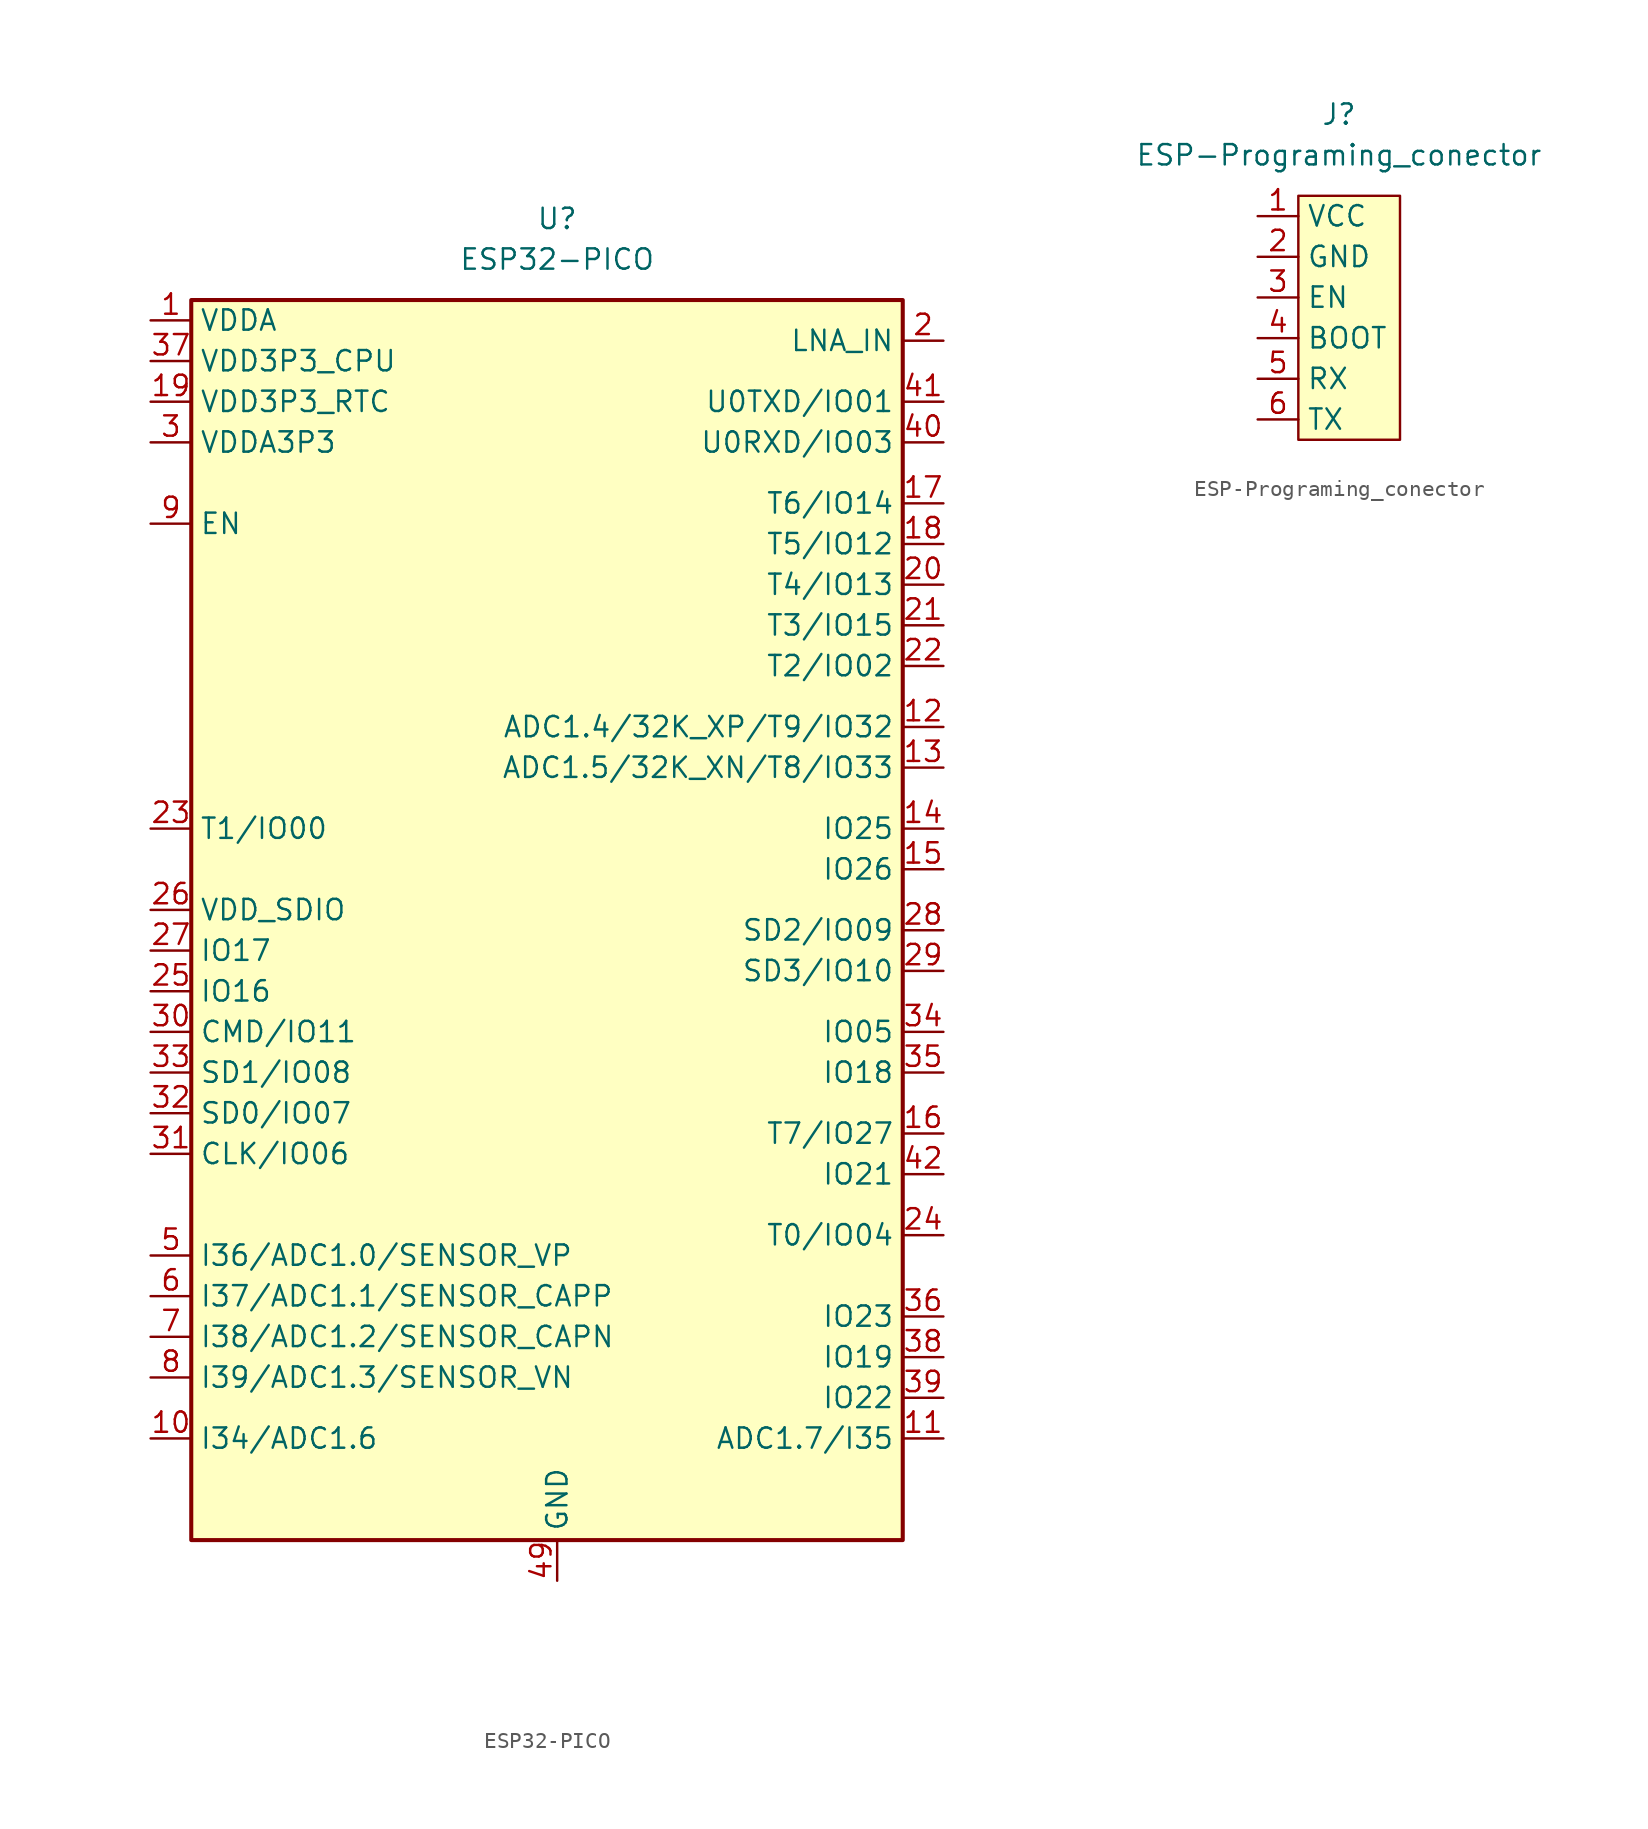
<source format=kicad_sym>
(kicad_symbol_lib
  (version 20220914)
  (generator kicad_symbol_editor)
  (symbol "ESP32-PICO"
    (property "Reference" "U"
      (at 0 5.08 0)
      (effects (font (size 1.27 1.27))))
    (property "Value" "ESP32-PICO"
      (at 0 2.54 0)
      (effects (font (size 1.27 1.27))))
    (symbol "ESP32-PICO_1_1"
      (rectangle (start -22.86 0) (end 21.59 -77.47) (stroke (width 0.254) (type default)) (fill (type background)))
      (pin power_in line (at -25.4 -1.27 0) (length 2.54) (name "VDDA" (effects (font (size 1.27 1.27)))) (number "1" (effects (font (size 1.27 1.27)))))
      (pin input line (at -25.4 -71.12 0) (length 2.54) (name "I34/ADC1.6" (effects (font (size 1.27 1.27)))) (number "10" (effects (font (size 1.27 1.27)))))
      (pin input line (at 24.13 -71.12 180) (length 2.54) (name "ADC1.7/I35" (effects (font (size 1.27 1.27)))) (number "11" (effects (font (size 1.27 1.27)))))
      (pin bidirectional line (at 24.13 -26.67 180) (length 2.54) (name "ADC1.4/32K_XP/T9/IO32" (effects (font (size 1.27 1.27)))) (number "12" (effects (font (size 1.27 1.27)))))
      (pin bidirectional line (at 24.13 -29.21 180) (length 2.54) (name "ADC1.5/32K_XN/T8/IO33" (effects (font (size 1.27 1.27)))) (number "13" (effects (font (size 1.27 1.27)))))
      (pin bidirectional line (at 24.13 -33.02 180) (length 2.54) (name "IO25" (effects (font (size 1.27 1.27)))) (number "14" (effects (font (size 1.27 1.27)))))
      (pin bidirectional line (at 24.13 -35.56 180) (length 2.54) (name "IO26" (effects (font (size 1.27 1.27)))) (number "15" (effects (font (size 1.27 1.27)))))
      (pin bidirectional line (at 24.13 -52.07 180) (length 2.54) (name "T7/IO27" (effects (font (size 1.27 1.27)))) (number "16" (effects (font (size 1.27 1.27)))))
      (pin bidirectional line (at 24.13 -12.7 180) (length 2.54) (name "T6/IO14" (effects (font (size 1.27 1.27)))) (number "17" (effects (font (size 1.27 1.27)))))
      (pin bidirectional line (at 24.13 -15.24 180) (length 2.54) (name "T5/IO12" (effects (font (size 1.27 1.27)))) (number "18" (effects (font (size 1.27 1.27)))))
      (pin power_in line (at -25.4 -6.35 0) (length 2.54) (name "VDD3P3_RTC" (effects (font (size 1.27 1.27)))) (number "19" (effects (font (size 1.27 1.27)))))
      (pin bidirectional line (at 24.13 -2.54 180) (length 2.54) (name "LNA_IN" (effects (font (size 1.27 1.27)))) (number "2" (effects (font (size 1.27 1.27)))))
      (pin bidirectional line (at 24.13 -17.78 180) (length 2.54) (name "T4/IO13" (effects (font (size 1.27 1.27)))) (number "20" (effects (font (size 1.27 1.27)))))
      (pin bidirectional line (at 24.13 -20.32 180) (length 2.54) (name "T3/IO15" (effects (font (size 1.27 1.27)))) (number "21" (effects (font (size 1.27 1.27)))))
      (pin bidirectional line (at 24.13 -22.86 180) (length 2.54) (name "T2/IO02" (effects (font (size 1.27 1.27)))) (number "22" (effects (font (size 1.27 1.27)))))
      (pin bidirectional line (at -25.4 -33.02 0) (length 2.54) (name "T1/IO00" (effects (font (size 1.27 1.27)))) (number "23" (effects (font (size 1.27 1.27)))))
      (pin bidirectional line (at 24.13 -58.42 180) (length 2.54) (name "T0/IO04" (effects (font (size 1.27 1.27)))) (number "24" (effects (font (size 1.27 1.27)))))
      (pin bidirectional line (at -25.4 -43.18 0) (length 2.54) (name "IO16" (effects (font (size 1.27 1.27)))) (number "25" (effects (font (size 1.27 1.27)))))
      (pin power_out line (at -25.4 -38.1 0) (length 2.54) (name "VDD_SDIO" (effects (font (size 1.27 1.27)))) (number "26" (effects (font (size 1.27 1.27)))))
      (pin bidirectional line (at -25.4 -40.64 0) (length 2.54) (name "IO17" (effects (font (size 1.27 1.27)))) (number "27" (effects (font (size 1.27 1.27)))))
      (pin bidirectional line (at 24.13 -39.37 180) (length 2.54) (name "SD2/IO09" (effects (font (size 1.27 1.27)))) (number "28" (effects (font (size 1.27 1.27)))))
      (pin bidirectional line (at 24.13 -41.91 180) (length 2.54) (name "SD3/IO10" (effects (font (size 1.27 1.27)))) (number "29" (effects (font (size 1.27 1.27)))))
      (pin power_in line (at -25.4 -8.89 0) (length 2.54) (name "VDDA3P3" (effects (font (size 1.27 1.27)))) (number "3" (effects (font (size 1.27 1.27)))))
      (pin bidirectional line (at -25.4 -45.72 0) (length 2.54) (name "CMD/IO11" (effects (font (size 1.27 1.27)))) (number "30" (effects (font (size 1.27 1.27)))))
      (pin bidirectional line (at -25.4 -53.34 0) (length 2.54) (name "CLK/IO06" (effects (font (size 1.27 1.27)))) (number "31" (effects (font (size 1.27 1.27)))))
      (pin bidirectional line (at -25.4 -50.8 0) (length 2.54) (name "SD0/IO07" (effects (font (size 1.27 1.27)))) (number "32" (effects (font (size 1.27 1.27)))))
      (pin bidirectional line (at -25.4 -48.26 0) (length 2.54) (name "SD1/IO08" (effects (font (size 1.27 1.27)))) (number "33" (effects (font (size 1.27 1.27)))))
      (pin bidirectional line (at 24.13 -45.72 180) (length 2.54) (name "IO05" (effects (font (size 1.27 1.27)))) (number "34" (effects (font (size 1.27 1.27)))))
      (pin bidirectional line (at 24.13 -48.26 180) (length 2.54) (name "IO18" (effects (font (size 1.27 1.27)))) (number "35" (effects (font (size 1.27 1.27)))))
      (pin bidirectional line (at 24.13 -63.5 180) (length 2.54) (name "IO23" (effects (font (size 1.27 1.27)))) (number "36" (effects (font (size 1.27 1.27)))))
      (pin power_in line (at -25.4 -3.81 0) (length 2.54) (name "VDD3P3_CPU" (effects (font (size 1.27 1.27)))) (number "37" (effects (font (size 1.27 1.27)))))
      (pin bidirectional line (at 24.13 -66.04 180) (length 2.54) (name "IO19" (effects (font (size 1.27 1.27)))) (number "38" (effects (font (size 1.27 1.27)))))
      (pin bidirectional line (at 24.13 -68.58 180) (length 2.54) (name "IO22" (effects (font (size 1.27 1.27)))) (number "39" (effects (font (size 1.27 1.27)))))
      (pin passive line (at -25.4 -8.89 0) (length 2.54) hide (name "VDDA3P3" (effects (font (size 1.27 1.27)))) (number "4" (effects (font (size 1.27 1.27)))))
      (pin bidirectional line (at 24.13 -8.89 180) (length 2.54) (name "U0RXD/IO03" (effects (font (size 1.27 1.27)))) (number "40" (effects (font (size 1.27 1.27)))))
      (pin bidirectional line (at 24.13 -6.35 180) (length 2.54) (name "U0TXD/IO01" (effects (font (size 1.27 1.27)))) (number "41" (effects (font (size 1.27 1.27)))))
      (pin bidirectional line (at 24.13 -54.61 180) (length 2.54) (name "IO21" (effects (font (size 1.27 1.27)))) (number "42" (effects (font (size 1.27 1.27)))))
      (pin passive line (at -25.4 -1.27 0) (length 2.54) hide (name "VDDA" (effects (font (size 1.27 1.27)))) (number "43" (effects (font (size 1.27 1.27)))))
      (pin no_connect line (at -22.86 -17.78 0) (length 2.54) hide (name "XTAL_N_NC" (effects (font (size 1.27 1.27)))) (number "44" (effects (font (size 1.27 1.27)))))
      (pin no_connect line (at -22.86 -20.32 0) (length 2.54) hide (name "XTAL_P_NC" (effects (font (size 1.27 1.27)))) (number "45" (effects (font (size 1.27 1.27)))))
      (pin passive line (at -25.4 -1.27 0) (length 2.54) hide (name "VDDA" (effects (font (size 1.27 1.27)))) (number "46" (effects (font (size 1.27 1.27)))))
      (pin no_connect line (at -22.86 -22.86 0) (length 2.54) hide (name "CAP2_NC" (effects (font (size 1.27 1.27)))) (number "47" (effects (font (size 1.27 1.27)))))
      (pin no_connect line (at -22.86 -25.4 0) (length 2.54) hide (name "CAP1_NC" (effects (font (size 1.27 1.27)))) (number "48" (effects (font (size 1.27 1.27)))))
      (pin power_in line (at 0 -80.01 90) (length 2.54) (name "GND" (effects (font (size 1.27 1.27)))) (number "49" (effects (font (size 1.27 1.27)))))
      (pin input line (at -25.4 -59.69 0) (length 2.54) (name "I36/ADC1.0/SENSOR_VP" (effects (font (size 1.27 1.27)))) (number "5" (effects (font (size 1.27 1.27)))))
      (pin input line (at -25.4 -62.23 0) (length 2.54) (name "I37/ADC1.1/SENSOR_CAPP" (effects (font (size 1.27 1.27)))) (number "6" (effects (font (size 1.27 1.27)))))
      (pin input line (at -25.4 -64.77 0) (length 2.54) (name "I38/ADC1.2/SENSOR_CAPN" (effects (font (size 1.27 1.27)))) (number "7" (effects (font (size 1.27 1.27)))))
      (pin input line (at -25.4 -67.31 0) (length 2.54) (name "I39/ADC1.3/SENSOR_VN" (effects (font (size 1.27 1.27)))) (number "8" (effects (font (size 1.27 1.27)))))
      (pin input line (at -25.4 -13.97 0) (length 2.54) (name "EN" (effects (font (size 1.27 1.27)))) (number "9" (effects (font (size 1.27 1.27)))))))
  (symbol "ESP-Programing_conector"
    (property "Reference" "J"
      (at 0 6.35 0)
      (effects (font (size 1.27 1.27))))
    (property "Value" "ESP-Programing_conector"
      (at 0 3.81 0)
      (effects (font (size 1.27 1.27))))
    (symbol "ESP-Programing_conector_0_1"
      (rectangle (start -2.54 1.27) (end 3.81 -13.97) (stroke (width 0) (type default)) (fill (type background))))
    (symbol "ESP-Programing_conector_1_1"
      (pin power_in line (at -5.08 0 0) (length 2.54) (name "VCC" (effects (font (size 1.27 1.27)))) (number "1" (effects (font (size 1.27 1.27)))))
      (pin power_in line (at -5.08 -2.54 0) (length 2.54) (name "GND" (effects (font (size 1.27 1.27)))) (number "2" (effects (font (size 1.27 1.27)))))
      (pin input line (at -5.08 -5.08 0) (length 2.54) (name "EN" (effects (font (size 1.27 1.27)))) (number "3" (effects (font (size 1.27 1.27)))))
      (pin input line (at -5.08 -7.62 0) (length 2.54) (name "BOOT" (effects (font (size 1.27 1.27)))) (number "4" (effects (font (size 1.27 1.27)))))
      (pin input line (at -5.08 -10.16 0) (length 2.54) (name "RX" (effects (font (size 1.27 1.27)))) (number "5" (effects (font (size 1.27 1.27)))))
      (pin output line (at -5.08 -12.7 0) (length 2.54) (name "TX" (effects (font (size 1.27 1.27)))) (number "6" (effects (font (size 1.27 1.27))))))))
</source>
